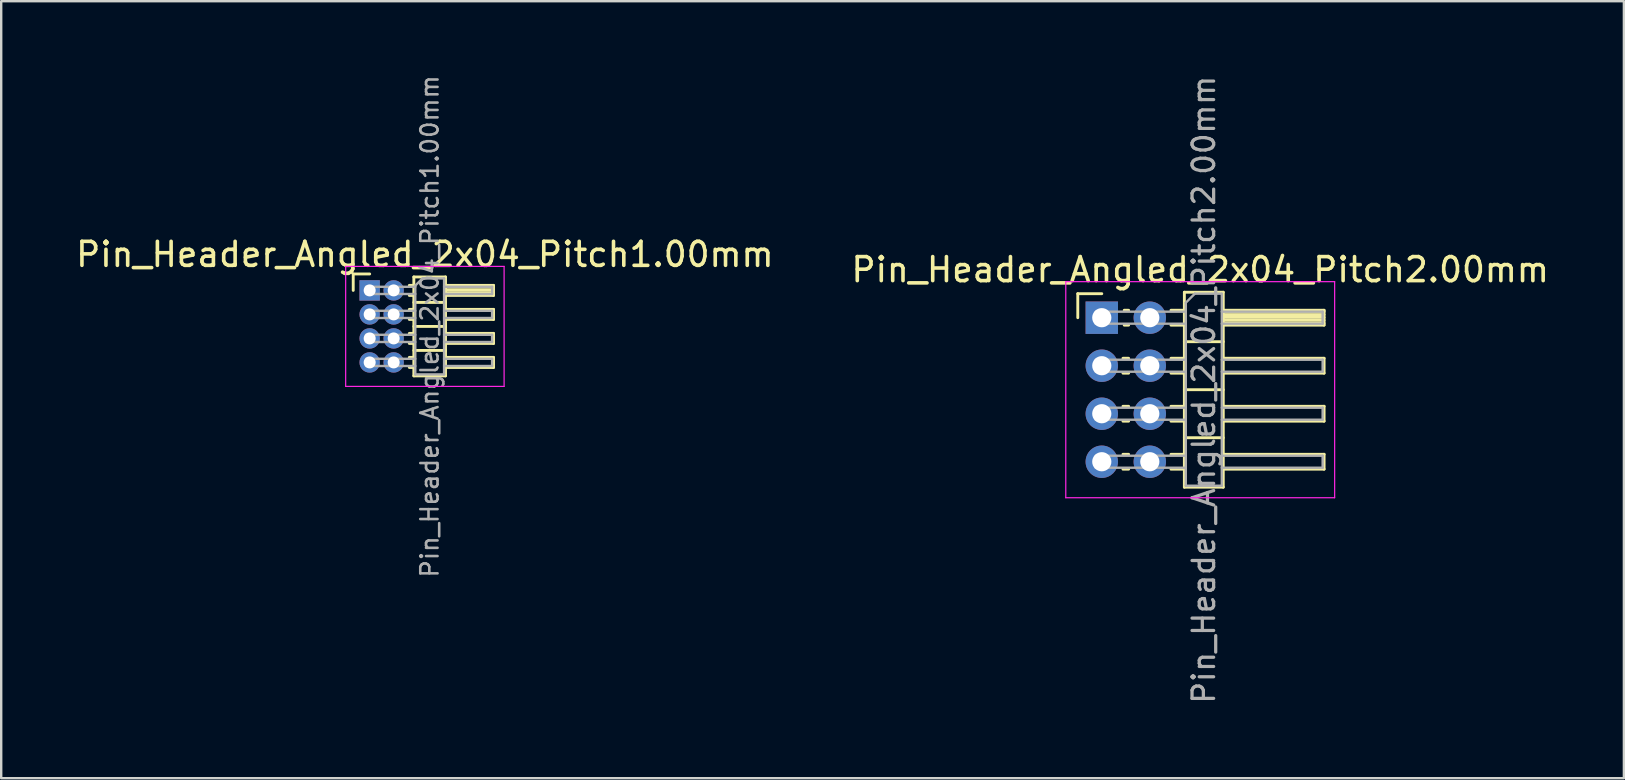
<source format=kicad_pcb>
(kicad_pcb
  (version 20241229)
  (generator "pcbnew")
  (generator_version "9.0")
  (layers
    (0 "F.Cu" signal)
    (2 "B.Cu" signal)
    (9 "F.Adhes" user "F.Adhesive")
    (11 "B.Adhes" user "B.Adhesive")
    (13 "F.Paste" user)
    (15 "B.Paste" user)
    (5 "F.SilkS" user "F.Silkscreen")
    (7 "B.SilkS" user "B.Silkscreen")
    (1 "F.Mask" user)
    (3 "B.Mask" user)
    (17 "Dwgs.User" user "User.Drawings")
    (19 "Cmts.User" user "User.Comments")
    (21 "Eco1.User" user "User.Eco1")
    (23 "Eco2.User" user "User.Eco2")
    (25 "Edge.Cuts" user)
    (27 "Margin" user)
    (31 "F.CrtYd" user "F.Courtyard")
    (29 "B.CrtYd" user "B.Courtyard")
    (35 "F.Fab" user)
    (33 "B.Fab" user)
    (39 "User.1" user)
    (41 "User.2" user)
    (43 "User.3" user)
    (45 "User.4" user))
  (footprint "Pin_Header_Angled_2x04_Pitch2.00mm"
    (layer "F.Cu")
    (at 42.846 10.184)
    (property "Reference" "Pin_Header_Angled_2x04_Pitch2.00mm" (at 4.1 -2 0) (layer "F.SilkS") (effects (font (size 1 1) (thickness 0.15))))
    (attr through_hole)
    (fp_line (start -1 -1) (end 0 -1) (stroke (width 0.12) (type solid)) (layer "F.SilkS"))
    (fp_line (start -1 0) (end -1 -1) (stroke (width 0.12) (type solid)) (layer "F.SilkS"))
    (fp_line (start 0.882 1.69) (end 1.118 1.69) (stroke (width 0.12) (type solid)) (layer "F.SilkS"))
    (fp_line (start 0.882 2.31) (end 1.118 2.31) (stroke (width 0.12) (type solid)) (layer "F.SilkS"))
    (fp_line (start 0.882 3.69) (end 1.118 3.69) (stroke (width 0.12) (type solid)) (layer "F.SilkS"))
    (fp_line (start 0.882 4.31) (end 1.118 4.31) (stroke (width 0.12) (type solid)) (layer "F.SilkS"))
    (fp_line (start 0.882 5.69) (end 1.118 5.69) (stroke (width 0.12) (type solid)) (layer "F.SilkS"))
    (fp_line (start 0.882 6.31) (end 1.118 6.31) (stroke (width 0.12) (type solid)) (layer "F.SilkS"))
    (fp_line (start 0.935 -0.31) (end 1.118 -0.31) (stroke (width 0.12) (type solid)) (layer "F.SilkS"))
    (fp_line (start 0.935 0.31) (end 1.118 0.31) (stroke (width 0.12) (type solid)) (layer "F.SilkS"))
    (fp_line (start 2.882 -0.31) (end 3.44 -0.31) (stroke (width 0.12) (type solid)) (layer "F.SilkS"))
    (fp_line (start 2.882 0.31) (end 3.44 0.31) (stroke (width 0.12) (type solid)) (layer "F.SilkS"))
    (fp_line (start 2.882 1.69) (end 3.44 1.69) (stroke (width 0.12) (type solid)) (layer "F.SilkS"))
    (fp_line (start 2.882 2.31) (end 3.44 2.31) (stroke (width 0.12) (type solid)) (layer "F.SilkS"))
    (fp_line (start 2.882 3.69) (end 3.44 3.69) (stroke (width 0.12) (type solid)) (layer "F.SilkS"))
    (fp_line (start 2.882 4.31) (end 3.44 4.31) (stroke (width 0.12) (type solid)) (layer "F.SilkS"))
    (fp_line (start 2.882 5.69) (end 3.44 5.69) (stroke (width 0.12) (type solid)) (layer "F.SilkS"))
    (fp_line (start 2.882 6.31) (end 3.44 6.31) (stroke (width 0.12) (type solid)) (layer "F.SilkS"))
    (fp_line (start 3.44 -1.06) (end 3.44 7.06) (stroke (width 0.12) (type solid)) (layer "F.SilkS"))
    (fp_line (start 3.44 1) (end 5.06 1) (stroke (width 0.12) (type solid)) (layer "F.SilkS"))
    (fp_line (start 3.44 3) (end 5.06 3) (stroke (width 0.12) (type solid)) (layer "F.SilkS"))
    (fp_line (start 3.44 5) (end 5.06 5) (stroke (width 0.12) (type solid)) (layer "F.SilkS"))
    (fp_line (start 3.44 7.06) (end 5.06 7.06) (stroke (width 0.12) (type solid)) (layer "F.SilkS"))
    (fp_line (start 5.06 -1.06) (end 3.44 -1.06) (stroke (width 0.12) (type solid)) (layer "F.SilkS"))
    (fp_line (start 5.06 -0.31) (end 9.26 -0.31) (stroke (width 0.12) (type solid)) (layer "F.SilkS"))
    (fp_line (start 5.06 -0.25) (end 9.26 -0.25) (stroke (width 0.12) (type solid)) (layer "F.SilkS"))
    (fp_line (start 5.06 -0.13) (end 9.26 -0.13) (stroke (width 0.12) (type solid)) (layer "F.SilkS"))
    (fp_line (start 5.06 -0.01) (end 9.26 -0.01) (stroke (width 0.12) (type solid)) (layer "F.SilkS"))
    (fp_line (start 5.06 0.11) (end 9.26 0.11) (stroke (width 0.12) (type solid)) (layer "F.SilkS"))
    (fp_line (start 5.06 0.23) (end 9.26 0.23) (stroke (width 0.12) (type solid)) (layer "F.SilkS"))
    (fp_line (start 5.06 1.69) (end 9.26 1.69) (stroke (width 0.12) (type solid)) (layer "F.SilkS"))
    (fp_line (start 5.06 3.69) (end 9.26 3.69) (stroke (width 0.12) (type solid)) (layer "F.SilkS"))
    (fp_line (start 5.06 5.69) (end 9.26 5.69) (stroke (width 0.12) (type solid)) (layer "F.SilkS"))
    (fp_line (start 5.06 7.06) (end 5.06 -1.06) (stroke (width 0.12) (type solid)) (layer "F.SilkS"))
    (fp_line (start 9.26 -0.31) (end 9.26 0.31) (stroke (width 0.12) (type solid)) (layer "F.SilkS"))
    (fp_line (start 9.26 0.31) (end 5.06 0.31) (stroke (width 0.12) (type solid)) (layer "F.SilkS"))
    (fp_line (start 9.26 1.69) (end 9.26 2.31) (stroke (width 0.12) (type solid)) (layer "F.SilkS"))
    (fp_line (start 9.26 2.31) (end 5.06 2.31) (stroke (width 0.12) (type solid)) (layer "F.SilkS"))
    (fp_line (start 9.26 3.69) (end 9.26 4.31) (stroke (width 0.12) (type solid)) (layer "F.SilkS"))
    (fp_line (start 9.26 4.31) (end 5.06 4.31) (stroke (width 0.12) (type solid)) (layer "F.SilkS"))
    (fp_line (start 9.26 5.69) (end 9.26 6.31) (stroke (width 0.12) (type solid)) (layer "F.SilkS"))
    (fp_line (start 9.26 6.31) (end 5.06 6.31) (stroke (width 0.12) (type solid)) (layer "F.SilkS"))
    (fp_line (start -1.5 -1.5) (end -1.5 7.5) (stroke (width 0.05) (type solid)) (layer "F.CrtYd"))
    (fp_line (start -1.5 7.5) (end 9.7 7.5) (stroke (width 0.05) (type solid)) (layer "F.CrtYd"))
    (fp_line (start 9.7 -1.5) (end -1.5 -1.5) (stroke (width 0.05) (type solid)) (layer "F.CrtYd"))
    (fp_line (start 9.7 7.5) (end 9.7 -1.5) (stroke (width 0.05) (type solid)) (layer "F.CrtYd"))
    (fp_line (start -0.25 -0.25) (end -0.25 0.25) (stroke (width 0.1) (type solid)) (layer "F.Fab"))
    (fp_line (start -0.25 -0.25) (end 3.5 -0.25) (stroke (width 0.1) (type solid)) (layer "F.Fab"))
    (fp_line (start -0.25 0.25) (end 3.5 0.25) (stroke (width 0.1) (type solid)) (layer "F.Fab"))
    (fp_line (start -0.25 1.75) (end -0.25 2.25) (stroke (width 0.1) (type solid)) (layer "F.Fab"))
    (fp_line (start -0.25 1.75) (end 3.5 1.75) (stroke (width 0.1) (type solid)) (layer "F.Fab"))
    (fp_line (start -0.25 2.25) (end 3.5 2.25) (stroke (width 0.1) (type solid)) (layer "F.Fab"))
    (fp_line (start -0.25 3.75) (end -0.25 4.25) (stroke (width 0.1) (type solid)) (layer "F.Fab"))
    (fp_line (start -0.25 3.75) (end 3.5 3.75) (stroke (width 0.1) (type solid)) (layer "F.Fab"))
    (fp_line (start -0.25 4.25) (end 3.5 4.25) (stroke (width 0.1) (type solid)) (layer "F.Fab"))
    (fp_line (start -0.25 5.75) (end -0.25 6.25) (stroke (width 0.1) (type solid)) (layer "F.Fab"))
    (fp_line (start -0.25 5.75) (end 3.5 5.75) (stroke (width 0.1) (type solid)) (layer "F.Fab"))
    (fp_line (start -0.25 6.25) (end 3.5 6.25) (stroke (width 0.1) (type solid)) (layer "F.Fab"))
    (fp_line (start 3.5 -0.625) (end 3.875 -1) (stroke (width 0.1) (type solid)) (layer "F.Fab"))
    (fp_line (start 3.5 7) (end 3.5 -0.625) (stroke (width 0.1) (type solid)) (layer "F.Fab"))
    (fp_line (start 3.875 -1) (end 5 -1) (stroke (width 0.1) (type solid)) (layer "F.Fab"))
    (fp_line (start 5 -1) (end 5 7) (stroke (width 0.1) (type solid)) (layer "F.Fab"))
    (fp_line (start 5 -0.25) (end 9.2 -0.25) (stroke (width 0.1) (type solid)) (layer "F.Fab"))
    (fp_line (start 5 0.25) (end 9.2 0.25) (stroke (width 0.1) (type solid)) (layer "F.Fab"))
    (fp_line (start 5 1.75) (end 9.2 1.75) (stroke (width 0.1) (type solid)) (layer "F.Fab"))
    (fp_line (start 5 2.25) (end 9.2 2.25) (stroke (width 0.1) (type solid)) (layer "F.Fab"))
    (fp_line (start 5 3.75) (end 9.2 3.75) (stroke (width 0.1) (type solid)) (layer "F.Fab"))
    (fp_line (start 5 4.25) (end 9.2 4.25) (stroke (width 0.1) (type solid)) (layer "F.Fab"))
    (fp_line (start 5 5.75) (end 9.2 5.75) (stroke (width 0.1) (type solid)) (layer "F.Fab"))
    (fp_line (start 5 6.25) (end 9.2 6.25) (stroke (width 0.1) (type solid)) (layer "F.Fab"))
    (fp_line (start 5 7) (end 3.5 7) (stroke (width 0.1) (type solid)) (layer "F.Fab"))
    (fp_line (start 9.2 -0.25) (end 9.2 0.25) (stroke (width 0.1) (type solid)) (layer "F.Fab"))
    (fp_line (start 9.2 1.75) (end 9.2 2.25) (stroke (width 0.1) (type solid)) (layer "F.Fab"))
    (fp_line (start 9.2 3.75) (end 9.2 4.25) (stroke (width 0.1) (type solid)) (layer "F.Fab"))
    (fp_line (start 9.2 5.75) (end 9.2 6.25) (stroke (width 0.1) (type solid)) (layer "F.Fab"))
    (fp_text user "${REFERENCE}" (at 4.25 3 90) (layer "F.Fab") (effects (font (size 0.9 0.9) (thickness 0.135))))
    (pad "1" thru_hole rect (at 0 0) (size 1.35 1.35) (drill 0.8) (layers "*.Cu" "*.Mask"))
    (pad "2" thru_hole oval (at 2 0) (size 1.35 1.35) (drill 0.8) (layers "*.Cu" "*.Mask"))
    (pad "3" thru_hole oval (at 0 2) (size 1.35 1.35) (drill 0.8) (layers "*.Cu" "*.Mask"))
    (pad "4" thru_hole oval (at 2 2) (size 1.35 1.35) (drill 0.8) (layers "*.Cu" "*.Mask"))
    (pad "5" thru_hole oval (at 0 4) (size 1.35 1.35) (drill 0.8) (layers "*.Cu" "*.Mask"))
    (pad "6" thru_hole oval (at 2 4) (size 1.35 1.35) (drill 0.8) (layers "*.Cu" "*.Mask"))
    (pad "7" thru_hole oval (at 0 6) (size 1.35 1.35) (drill 0.8) (layers "*.Cu" "*.Mask"))
    (pad "8" thru_hole oval (at 2 6) (size 1.35 1.35) (drill 0.8) (layers "*.Cu" "*.Mask")))
  (footprint "Pin_Header_Angled_2x04_Pitch1.00mm"
    (layer "F.Cu")
    (at 12.349 9.047)
    (property "Reference" "Pin_Header_Angled_2x04_Pitch1.00mm" (at 2.3 -1.5 0) (layer "F.SilkS") (effects (font (size 1 1) (thickness 0.15))))
    (attr through_hole)
    (fp_line (start -0.685 -0.685) (end 0 -0.685) (stroke (width 0.12) (type solid)) (layer "F.SilkS"))
    (fp_line (start -0.685 0) (end -0.685 -0.685) (stroke (width 0.12) (type solid)) (layer "F.SilkS"))
    (fp_line (start 1.652 -0.21) (end 1.84 -0.21) (stroke (width 0.12) (type solid)) (layer "F.SilkS"))
    (fp_line (start 1.652 0.21) (end 1.84 0.21) (stroke (width 0.12) (type solid)) (layer "F.SilkS"))
    (fp_line (start 1.652 0.79) (end 1.84 0.79) (stroke (width 0.12) (type solid)) (layer "F.SilkS"))
    (fp_line (start 1.652 1.21) (end 1.84 1.21) (stroke (width 0.12) (type solid)) (layer "F.SilkS"))
    (fp_line (start 1.652 1.79) (end 1.84 1.79) (stroke (width 0.12) (type solid)) (layer "F.SilkS"))
    (fp_line (start 1.652 2.21) (end 1.84 2.21) (stroke (width 0.12) (type solid)) (layer "F.SilkS"))
    (fp_line (start 1.652 2.79) (end 1.84 2.79) (stroke (width 0.12) (type solid)) (layer "F.SilkS"))
    (fp_line (start 1.652 3.21) (end 1.84 3.21) (stroke (width 0.12) (type solid)) (layer "F.SilkS"))
    (fp_line (start 1.84 -0.56) (end 1.84 3.56) (stroke (width 0.12) (type solid)) (layer "F.SilkS"))
    (fp_line (start 1.84 0.5) (end 3.16 0.5) (stroke (width 0.12) (type solid)) (layer "F.SilkS"))
    (fp_line (start 1.84 1.5) (end 3.16 1.5) (stroke (width 0.12) (type solid)) (layer "F.SilkS"))
    (fp_line (start 1.84 2.5) (end 3.16 2.5) (stroke (width 0.12) (type solid)) (layer "F.SilkS"))
    (fp_line (start 1.84 3.56) (end 3.16 3.56) (stroke (width 0.12) (type solid)) (layer "F.SilkS"))
    (fp_line (start 3.16 -0.56) (end 1.84 -0.56) (stroke (width 0.12) (type solid)) (layer "F.SilkS"))
    (fp_line (start 3.16 -0.21) (end 5.16 -0.21) (stroke (width 0.12) (type solid)) (layer "F.SilkS"))
    (fp_line (start 3.16 -0.15) (end 5.16 -0.15) (stroke (width 0.12) (type solid)) (layer "F.SilkS"))
    (fp_line (start 3.16 -0.03) (end 5.16 -0.03) (stroke (width 0.12) (type solid)) (layer "F.SilkS"))
    (fp_line (start 3.16 0.09) (end 5.16 0.09) (stroke (width 0.12) (type solid)) (layer "F.SilkS"))
    (fp_line (start 3.16 0.79) (end 5.16 0.79) (stroke (width 0.12) (type solid)) (layer "F.SilkS"))
    (fp_line (start 3.16 1.79) (end 5.16 1.79) (stroke (width 0.12) (type solid)) (layer "F.SilkS"))
    (fp_line (start 3.16 2.79) (end 5.16 2.79) (stroke (width 0.12) (type solid)) (layer "F.SilkS"))
    (fp_line (start 3.16 3.56) (end 3.16 -0.56) (stroke (width 0.12) (type solid)) (layer "F.SilkS"))
    (fp_line (start 5.16 -0.21) (end 5.16 0.21) (stroke (width 0.12) (type solid)) (layer "F.SilkS"))
    (fp_line (start 5.16 0.21) (end 3.16 0.21) (stroke (width 0.12) (type solid)) (layer "F.SilkS"))
    (fp_line (start 5.16 0.79) (end 5.16 1.21) (stroke (width 0.12) (type solid)) (layer "F.SilkS"))
    (fp_line (start 5.16 1.21) (end 3.16 1.21) (stroke (width 0.12) (type solid)) (layer "F.SilkS"))
    (fp_line (start 5.16 1.79) (end 5.16 2.21) (stroke (width 0.12) (type solid)) (layer "F.SilkS"))
    (fp_line (start 5.16 2.21) (end 3.16 2.21) (stroke (width 0.12) (type solid)) (layer "F.SilkS"))
    (fp_line (start 5.16 2.79) (end 5.16 3.21) (stroke (width 0.12) (type solid)) (layer "F.SilkS"))
    (fp_line (start 5.16 3.21) (end 3.16 3.21) (stroke (width 0.12) (type solid)) (layer "F.SilkS"))
    (fp_line (start -1 -1) (end -1 4) (stroke (width 0.05) (type solid)) (layer "F.CrtYd"))
    (fp_line (start -1 4) (end 5.6 4) (stroke (width 0.05) (type solid)) (layer "F.CrtYd"))
    (fp_line (start 5.6 -1) (end -1 -1) (stroke (width 0.05) (type solid)) (layer "F.CrtYd"))
    (fp_line (start 5.6 4) (end 5.6 -1) (stroke (width 0.05) (type solid)) (layer "F.CrtYd"))
    (fp_line (start -0.15 -0.15) (end -0.15 0.15) (stroke (width 0.1) (type solid)) (layer "F.Fab"))
    (fp_line (start -0.15 -0.15) (end 1.9 -0.15) (stroke (width 0.1) (type solid)) (layer "F.Fab"))
    (fp_line (start -0.15 0.15) (end 1.9 0.15) (stroke (width 0.1) (type solid)) (layer "F.Fab"))
    (fp_line (start -0.15 0.85) (end -0.15 1.15) (stroke (width 0.1) (type solid)) (layer "F.Fab"))
    (fp_line (start -0.15 0.85) (end 1.9 0.85) (stroke (width 0.1) (type solid)) (layer "F.Fab"))
    (fp_line (start -0.15 1.15) (end 1.9 1.15) (stroke (width 0.1) (type solid)) (layer "F.Fab"))
    (fp_line (start -0.15 1.85) (end -0.15 2.15) (stroke (width 0.1) (type solid)) (layer "F.Fab"))
    (fp_line (start -0.15 1.85) (end 1.9 1.85) (stroke (width 0.1) (type solid)) (layer "F.Fab"))
    (fp_line (start -0.15 2.15) (end 1.9 2.15) (stroke (width 0.1) (type solid)) (layer "F.Fab"))
    (fp_line (start -0.15 2.85) (end -0.15 3.15) (stroke (width 0.1) (type solid)) (layer "F.Fab"))
    (fp_line (start -0.15 2.85) (end 1.9 2.85) (stroke (width 0.1) (type solid)) (layer "F.Fab"))
    (fp_line (start -0.15 3.15) (end 1.9 3.15) (stroke (width 0.1) (type solid)) (layer "F.Fab"))
    (fp_line (start 1.9 -0.2) (end 2.2 -0.5) (stroke (width 0.1) (type solid)) (layer "F.Fab"))
    (fp_line (start 1.9 3.5) (end 1.9 -0.2) (stroke (width 0.1) (type solid)) (layer "F.Fab"))
    (fp_line (start 2.2 -0.5) (end 3.1 -0.5) (stroke (width 0.1) (type solid)) (layer "F.Fab"))
    (fp_line (start 3.1 -0.5) (end 3.1 3.5) (stroke (width 0.1) (type solid)) (layer "F.Fab"))
    (fp_line (start 3.1 -0.15) (end 5.1 -0.15) (stroke (width 0.1) (type solid)) (layer "F.Fab"))
    (fp_line (start 3.1 0.15) (end 5.1 0.15) (stroke (width 0.1) (type solid)) (layer "F.Fab"))
    (fp_line (start 3.1 0.85) (end 5.1 0.85) (stroke (width 0.1) (type solid)) (layer "F.Fab"))
    (fp_line (start 3.1 1.15) (end 5.1 1.15) (stroke (width 0.1) (type solid)) (layer "F.Fab"))
    (fp_line (start 3.1 1.85) (end 5.1 1.85) (stroke (width 0.1) (type solid)) (layer "F.Fab"))
    (fp_line (start 3.1 2.15) (end 5.1 2.15) (stroke (width 0.1) (type solid)) (layer "F.Fab"))
    (fp_line (start 3.1 2.85) (end 5.1 2.85) (stroke (width 0.1) (type solid)) (layer "F.Fab"))
    (fp_line (start 3.1 3.15) (end 5.1 3.15) (stroke (width 0.1) (type solid)) (layer "F.Fab"))
    (fp_line (start 3.1 3.5) (end 1.9 3.5) (stroke (width 0.1) (type solid)) (layer "F.Fab"))
    (fp_line (start 5.1 -0.15) (end 5.1 0.15) (stroke (width 0.1) (type solid)) (layer "F.Fab"))
    (fp_line (start 5.1 0.85) (end 5.1 1.15) (stroke (width 0.1) (type solid)) (layer "F.Fab"))
    (fp_line (start 5.1 1.85) (end 5.1 2.15) (stroke (width 0.1) (type solid)) (layer "F.Fab"))
    (fp_line (start 5.1 2.85) (end 5.1 3.15) (stroke (width 0.1) (type solid)) (layer "F.Fab"))
    (fp_text user "${REFERENCE}" (at 2.5 1.5 90) (layer "F.Fab") (effects (font (size 0.72 0.72) (thickness 0.108))))
    (pad "1" thru_hole rect (at 0 0) (size 0.85 0.85) (drill 0.5) (layers "*.Cu" "*.Mask"))
    (pad "2" thru_hole oval (at 1 0) (size 0.85 0.85) (drill 0.5) (layers "*.Cu" "*.Mask"))
    (pad "3" thru_hole oval (at 0 1) (size 0.85 0.85) (drill 0.5) (layers "*.Cu" "*.Mask"))
    (pad "4" thru_hole oval (at 1 1) (size 0.85 0.85) (drill 0.5) (layers "*.Cu" "*.Mask"))
    (pad "5" thru_hole oval (at 0 2) (size 0.85 0.85) (drill 0.5) (layers "*.Cu" "*.Mask"))
    (pad "6" thru_hole oval (at 1 2) (size 0.85 0.85) (drill 0.5) (layers "*.Cu" "*.Mask"))
    (pad "7" thru_hole oval (at 0 3) (size 0.85 0.85) (drill 0.5) (layers "*.Cu" "*.Mask"))
    (pad "8" thru_hole oval (at 1 3) (size 0.85 0.85) (drill 0.5) (layers "*.Cu" "*.Mask")))
  (gr_rect
    (start -3 -3)
    (end 64.595 29.368)
    (stroke (width 0.1) (type default))
    (fill no)
    (layer "Edge.Cuts")))
</source>
